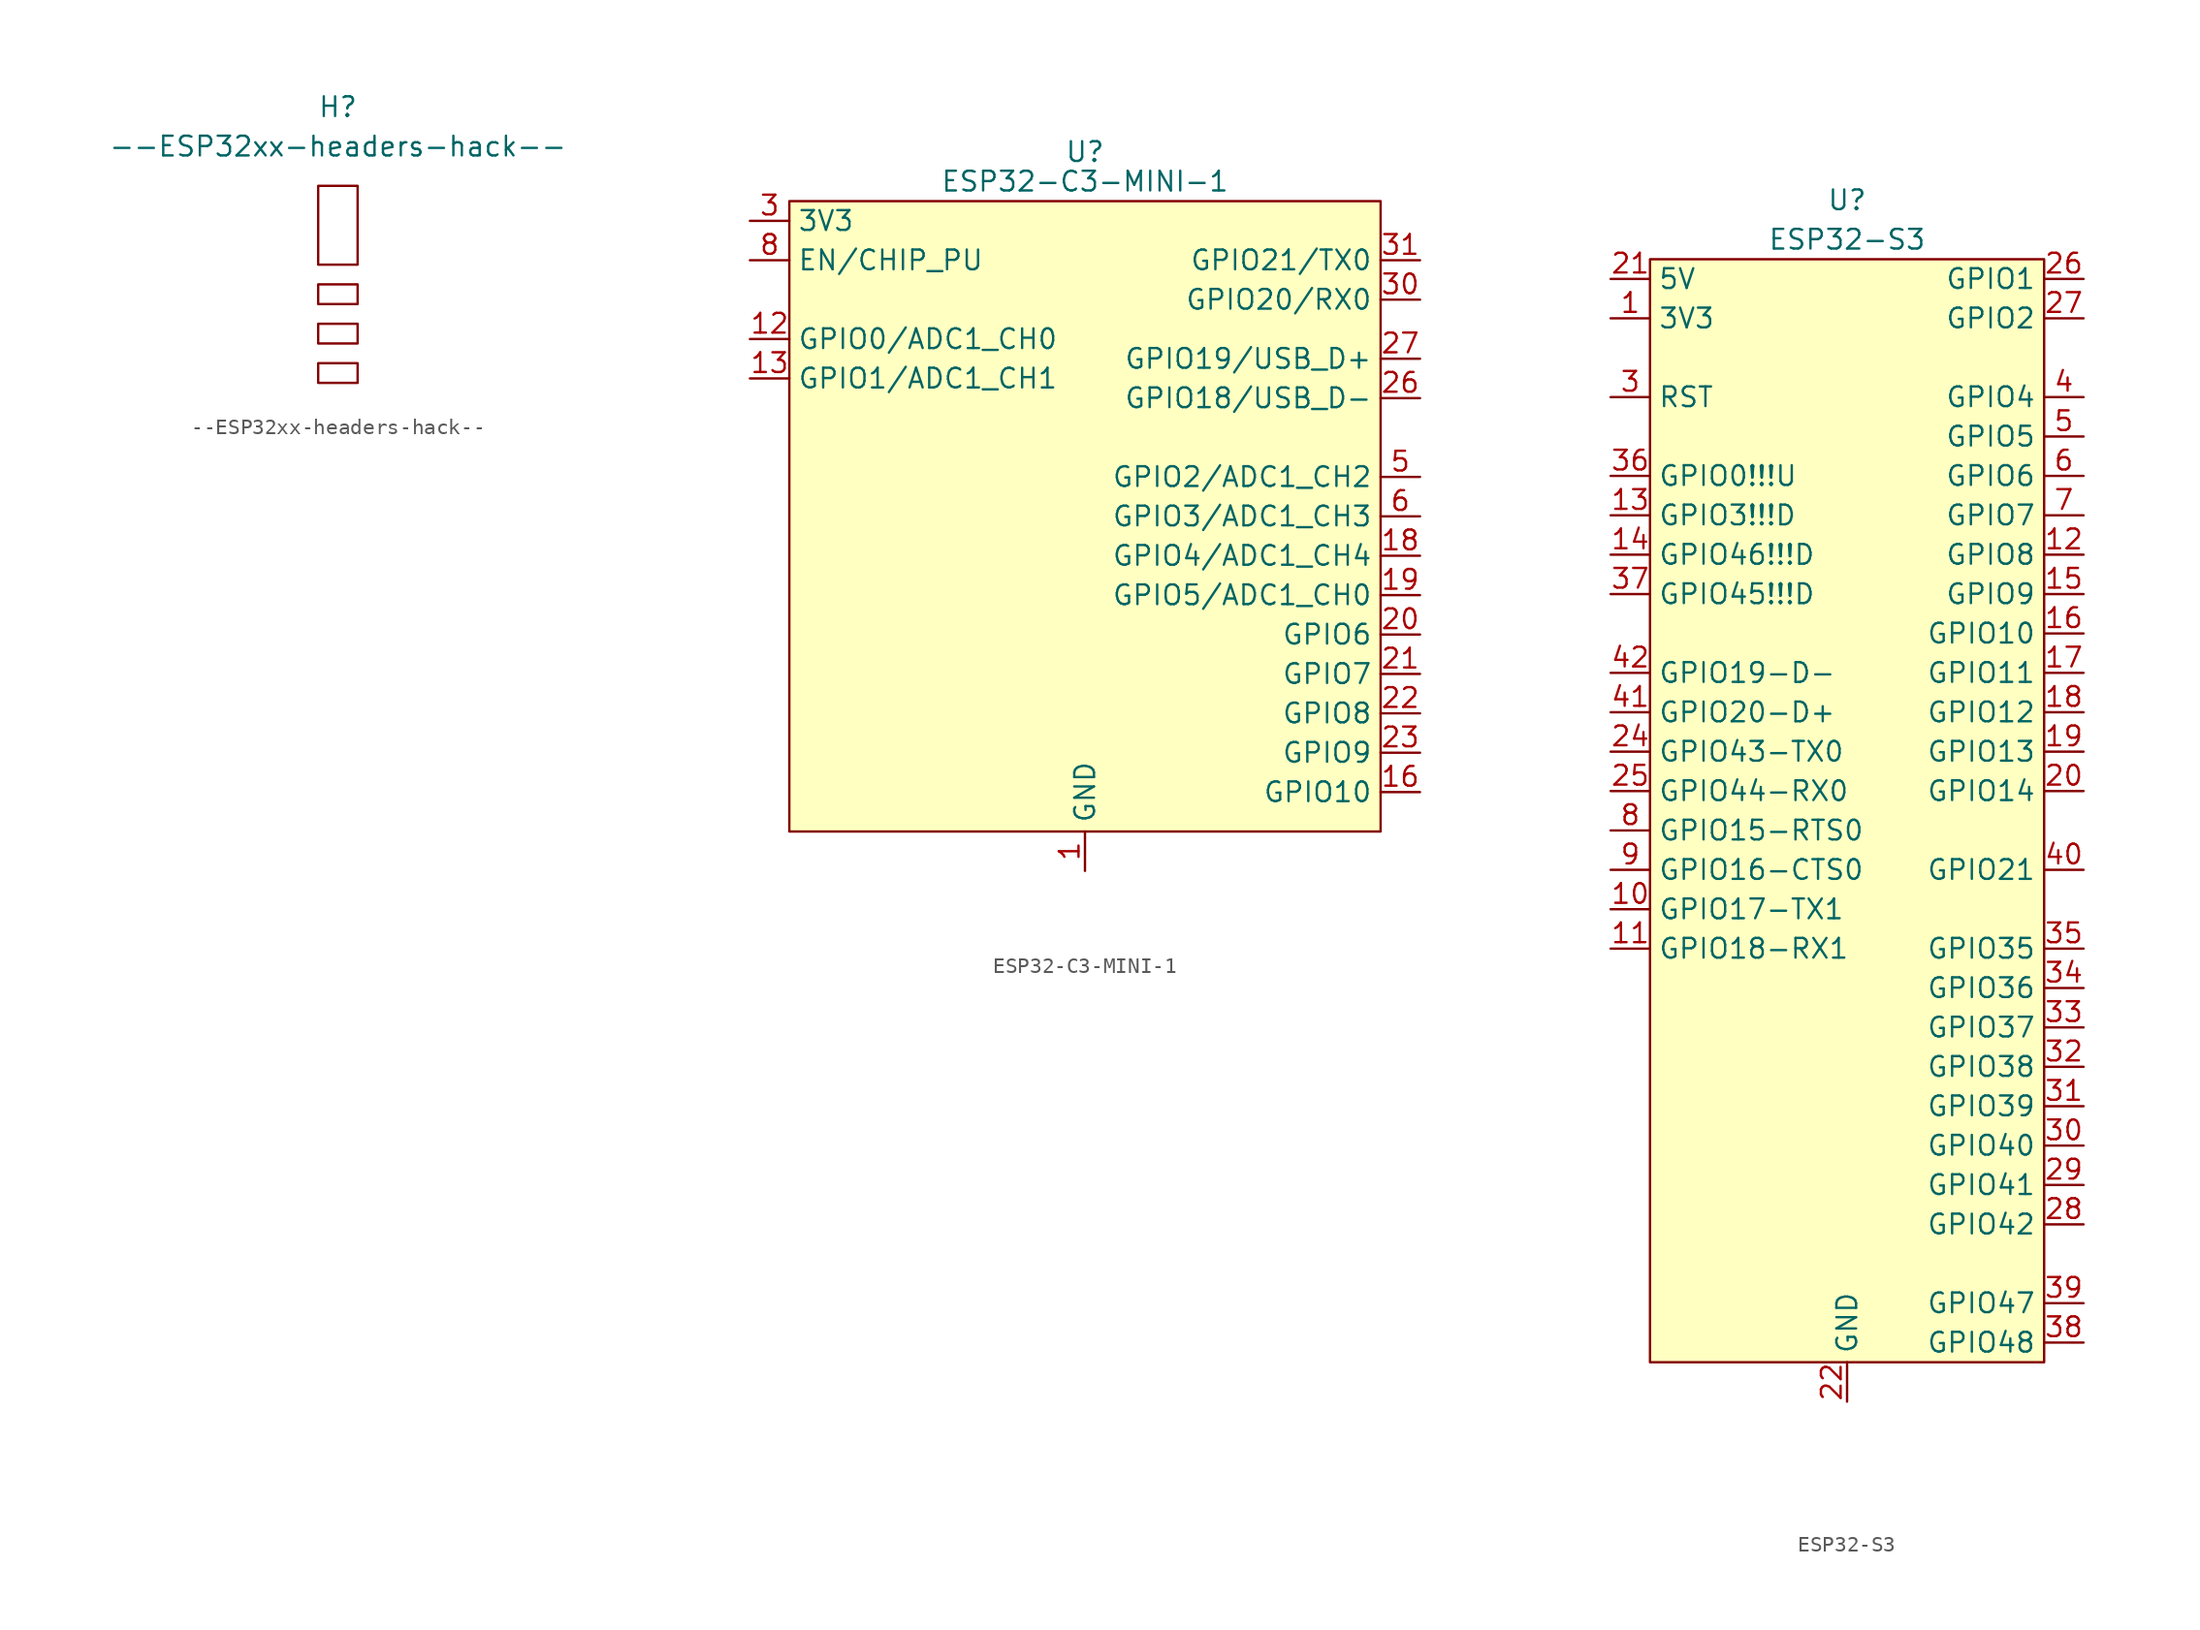
<source format=kicad_sym>
(kicad_symbol_lib
  (version 20211014)
  (generator kicad_symbol_editor)
  (symbol "--ESP32xx-headers-hack--"
    (property "Reference" "H"
      (at 0 6.35 0)
      (effects (font (size 1.27 1.27))))
    (property "Value" "--ESP32xx-headers-hack--"
      (at 0 3.81 0)
      (effects (font (size 1.27 1.27))))
    (symbol "--ESP32xx-headers-hack--_0_1"
      (rectangle (start -1.27 -10.16) (end 1.27 -11.43) (stroke (width 0) (type default) (color 0 0 0 0)) (fill (type none)))
      (rectangle (start -1.27 -7.62) (end 1.27 -8.89) (stroke (width 0) (type default) (color 0 0 0 0)) (fill (type none)))
      (rectangle (start -1.27 -5.08) (end 1.27 -6.35) (stroke (width 0) (type default) (color 0 0 0 0)) (fill (type none)))
      (rectangle (start -1.27 1.27) (end 1.27 -3.81) (stroke (width 0) (type default) (color 0 0 0 0)) (fill (type none)))))
  (symbol "ESP32-C3-MINI-1"
    (property "Reference" "U"
      (at 0 4.445 0)
      (effects (font (size 1.27 1.27))))
    (property "Value" "ESP32-C3-MINI-1"
      (at 0 2.54 0)
      (effects (font (size 1.27 1.27))))
    (symbol "ESP32-C3-MINI-1_0_1"
      (rectangle (start -19.05 1.27) (end 19.05 -39.37) (stroke (width 0) (type default) (color 0 0 0 0)) (fill (type background))))
    (symbol "ESP32-C3-MINI-1_1_1"
      (pin bidirectional line (at 0 -41.91 90) (length 2.54) (name "GND" (effects (font (size 1.27 1.27)))) (number "1" (effects (font (size 1.27 1.27)))))
      (pin bidirectional line (at 0 -41.91 90) (length 2.54) hide (name "GND" (effects (font (size 1.27 1.27)))) (number "11" (effects (font (size 1.27 1.27)))))
      (pin bidirectional line (at -21.59 -7.62 0) (length 2.54) (name "GPIO0/ADC1_CH0" (effects (font (size 1.27 1.27)))) (number "12" (effects (font (size 1.27 1.27)))))
      (pin bidirectional line (at -21.59 -10.16 0) (length 2.54) (name "GPIO1/ADC1_CH1" (effects (font (size 1.27 1.27)))) (number "13" (effects (font (size 1.27 1.27)))))
      (pin bidirectional line (at 0 -41.91 90) (length 2.54) hide (name "GND" (effects (font (size 1.27 1.27)))) (number "14" (effects (font (size 1.27 1.27)))))
      (pin bidirectional line (at 21.59 -36.83 180) (length 2.54) (name "GPIO10" (effects (font (size 1.27 1.27)))) (number "16" (effects (font (size 1.27 1.27)))))
      (pin bidirectional line (at 21.59 -21.59 180) (length 2.54) (name "GPIO4/ADC1_CH4" (effects (font (size 1.27 1.27)))) (number "18" (effects (font (size 1.27 1.27)))))
      (pin bidirectional line (at 21.59 -24.13 180) (length 2.54) (name "GPIO5/ADC1_CH0" (effects (font (size 1.27 1.27)))) (number "19" (effects (font (size 1.27 1.27)))))
      (pin bidirectional line (at 0 -41.91 90) (length 2.54) hide (name "GND" (effects (font (size 1.27 1.27)))) (number "2" (effects (font (size 1.27 1.27)))))
      (pin bidirectional line (at 21.59 -26.67 180) (length 2.54) (name "GPIO6" (effects (font (size 1.27 1.27)))) (number "20" (effects (font (size 1.27 1.27)))))
      (pin bidirectional line (at 21.59 -29.21 180) (length 2.54) (name "GPIO7" (effects (font (size 1.27 1.27)))) (number "21" (effects (font (size 1.27 1.27)))))
      (pin bidirectional line (at 21.59 -31.75 180) (length 2.54) (name "GPIO8" (effects (font (size 1.27 1.27)))) (number "22" (effects (font (size 1.27 1.27)))))
      (pin bidirectional line (at 21.59 -34.29 180) (length 2.54) (name "GPIO9" (effects (font (size 1.27 1.27)))) (number "23" (effects (font (size 1.27 1.27)))))
      (pin bidirectional line (at 21.59 -11.43 180) (length 2.54) (name "GPIO18/USB_D-" (effects (font (size 1.27 1.27)))) (number "26" (effects (font (size 1.27 1.27)))))
      (pin bidirectional line (at 21.59 -8.89 180) (length 2.54) (name "GPIO19/USB_D+" (effects (font (size 1.27 1.27)))) (number "27" (effects (font (size 1.27 1.27)))))
      (pin power_in line (at -21.59 0 0) (length 2.54) (name "3V3" (effects (font (size 1.27 1.27)))) (number "3" (effects (font (size 1.27 1.27)))))
      (pin bidirectional line (at 21.59 -5.08 180) (length 2.54) (name "GPIO20/RX0" (effects (font (size 1.27 1.27)))) (number "30" (effects (font (size 1.27 1.27)))))
      (pin bidirectional line (at 21.59 -2.54 180) (length 2.54) (name "GPIO21/TX0" (effects (font (size 1.27 1.27)))) (number "31" (effects (font (size 1.27 1.27)))))
      (pin bidirectional line (at 0 -41.91 90) (length 2.54) hide (name "GND" (effects (font (size 1.27 1.27)))) (number "36" (effects (font (size 1.27 1.27)))))
      (pin bidirectional line (at 0 -41.91 90) (length 2.54) hide (name "GND" (effects (font (size 1.27 1.27)))) (number "37" (effects (font (size 1.27 1.27)))))
      (pin bidirectional line (at 0 -41.91 90) (length 2.54) hide (name "GND" (effects (font (size 1.27 1.27)))) (number "38" (effects (font (size 1.27 1.27)))))
      (pin bidirectional line (at 0 -41.91 90) (length 2.54) hide (name "GND" (effects (font (size 1.27 1.27)))) (number "39" (effects (font (size 1.27 1.27)))))
      (pin bidirectional line (at 0 -41.91 90) (length 2.54) hide (name "GND" (effects (font (size 1.27 1.27)))) (number "40" (effects (font (size 1.27 1.27)))))
      (pin bidirectional line (at 0 -41.91 90) (length 2.54) hide (name "GND" (effects (font (size 1.27 1.27)))) (number "41" (effects (font (size 1.27 1.27)))))
      (pin bidirectional line (at 0 -41.91 90) (length 2.54) hide (name "GND" (effects (font (size 1.27 1.27)))) (number "42" (effects (font (size 1.27 1.27)))))
      (pin bidirectional line (at 0 -41.91 90) (length 2.54) hide (name "GND" (effects (font (size 1.27 1.27)))) (number "43" (effects (font (size 1.27 1.27)))))
      (pin bidirectional line (at 0 -41.91 90) (length 2.54) hide (name "GND" (effects (font (size 1.27 1.27)))) (number "44" (effects (font (size 1.27 1.27)))))
      (pin bidirectional line (at 0 -41.91 90) (length 2.54) hide (name "GND" (effects (font (size 1.27 1.27)))) (number "45" (effects (font (size 1.27 1.27)))))
      (pin bidirectional line (at 0 -41.91 90) (length 2.54) hide (name "GND" (effects (font (size 1.27 1.27)))) (number "46" (effects (font (size 1.27 1.27)))))
      (pin bidirectional line (at 0 -41.91 90) (length 2.54) hide (name "GND" (effects (font (size 1.27 1.27)))) (number "47" (effects (font (size 1.27 1.27)))))
      (pin bidirectional line (at 0 -41.91 90) (length 2.54) hide (name "GND" (effects (font (size 1.27 1.27)))) (number "48" (effects (font (size 1.27 1.27)))))
      (pin bidirectional line (at 0 -41.91 90) (length 2.54) hide (name "GND" (effects (font (size 1.27 1.27)))) (number "49" (effects (font (size 1.27 1.27)))))
      (pin bidirectional line (at 21.59 -16.51 180) (length 2.54) (name "GPIO2/ADC1_CH2" (effects (font (size 1.27 1.27)))) (number "5" (effects (font (size 1.27 1.27)))))
      (pin power_in line (at 0 -41.91 90) (length 2.54) hide (name "GND" (effects (font (size 1.27 1.27)))) (number "50" (effects (font (size 1.27 1.27)))))
      (pin power_in line (at 0 -41.91 90) (length 2.54) hide (name "GND" (effects (font (size 1.27 1.27)))) (number "51" (effects (font (size 1.27 1.27)))))
      (pin power_in line (at 0 -41.91 90) (length 2.54) hide (name "GND" (effects (font (size 1.27 1.27)))) (number "52" (effects (font (size 1.27 1.27)))))
      (pin power_in line (at 0 -41.91 90) (length 2.54) hide (name "GND" (effects (font (size 1.27 1.27)))) (number "53" (effects (font (size 1.27 1.27)))))
      (pin bidirectional line (at 21.59 -19.05 180) (length 2.54) (name "GPIO3/ADC1_CH3" (effects (font (size 1.27 1.27)))) (number "6" (effects (font (size 1.27 1.27)))))
      (pin input line (at -21.59 -2.54 0) (length 2.54) (name "EN/CHIP_PU" (effects (font (size 1.27 1.27)))) (number "8" (effects (font (size 1.27 1.27)))))))
  (symbol "ESP32-S3"
    (property "Reference" "U"
      (at 0 5.08 0)
      (effects (font (size 1.27 1.27))))
    (property "Value" "ESP32-S3"
      (at 0 2.54 0)
      (effects (font (size 1.27 1.27))))
    (symbol "ESP32-S3_0_1"
      (rectangle (start -12.7 1.27) (end 12.7 -69.85) (stroke (width 0) (type default) (color 0 0 0 0)) (fill (type background))))
    (symbol "ESP32-S3_1_1"
      (pin power_in line (at -15.24 -2.54 0) (length 2.54) (name "3V3" (effects (font (size 1.27 1.27)))) (number "1" (effects (font (size 1.27 1.27)))))
      (pin bidirectional line (at -15.24 -40.64 0) (length 2.54) (name "GPIO17-TX1" (effects (font (size 1.27 1.27)))) (number "10" (effects (font (size 1.27 1.27)))))
      (pin bidirectional line (at -15.24 -43.18 0) (length 2.54) (name "GPIO18-RX1" (effects (font (size 1.27 1.27)))) (number "11" (effects (font (size 1.27 1.27)))))
      (pin bidirectional line (at 15.24 -17.78 180) (length 2.54) (name "GPIO8" (effects (font (size 1.27 1.27)))) (number "12" (effects (font (size 1.27 1.27)))))
      (pin bidirectional line (at -15.24 -15.24 0) (length 2.54) (name "GPIO3!!!D" (effects (font (size 1.27 1.27)))) (number "13" (effects (font (size 1.27 1.27)))))
      (pin bidirectional line (at -15.24 -17.78 0) (length 2.54) (name "GPIO46!!!D" (effects (font (size 1.27 1.27)))) (number "14" (effects (font (size 1.27 1.27)))))
      (pin bidirectional line (at 15.24 -20.32 180) (length 2.54) (name "GPIO9" (effects (font (size 1.27 1.27)))) (number "15" (effects (font (size 1.27 1.27)))))
      (pin bidirectional line (at 15.24 -22.86 180) (length 2.54) (name "GPIO10" (effects (font (size 1.27 1.27)))) (number "16" (effects (font (size 1.27 1.27)))))
      (pin bidirectional line (at 15.24 -25.4 180) (length 2.54) (name "GPIO11" (effects (font (size 1.27 1.27)))) (number "17" (effects (font (size 1.27 1.27)))))
      (pin bidirectional line (at 15.24 -27.94 180) (length 2.54) (name "GPIO12" (effects (font (size 1.27 1.27)))) (number "18" (effects (font (size 1.27 1.27)))))
      (pin bidirectional line (at 15.24 -30.48 180) (length 2.54) (name "GPIO13" (effects (font (size 1.27 1.27)))) (number "19" (effects (font (size 1.27 1.27)))))
      (pin input line (at -15.24 -2.54 0) (length 2.54) hide (name "3V3" (effects (font (size 1.27 1.27)))) (number "2" (effects (font (size 1.27 1.27)))))
      (pin bidirectional line (at 15.24 -33.02 180) (length 2.54) (name "GPIO14" (effects (font (size 1.27 1.27)))) (number "20" (effects (font (size 1.27 1.27)))))
      (pin power_in line (at -15.24 0 0) (length 2.54) (name "5V" (effects (font (size 1.27 1.27)))) (number "21" (effects (font (size 1.27 1.27)))))
      (pin bidirectional line (at 0 -72.39 90) (length 2.54) (name "GND" (effects (font (size 1.27 1.27)))) (number "22" (effects (font (size 1.27 1.27)))))
      (pin input line (at 0 -72.39 90) (length 2.54) hide (name "GND" (effects (font (size 1.27 1.27)))) (number "23" (effects (font (size 1.27 1.27)))))
      (pin bidirectional line (at -15.24 -30.48 0) (length 2.54) (name "GPIO43-TX0" (effects (font (size 1.27 1.27)))) (number "24" (effects (font (size 1.27 1.27)))))
      (pin bidirectional line (at -15.24 -33.02 0) (length 2.54) (name "GPIO44-RX0" (effects (font (size 1.27 1.27)))) (number "25" (effects (font (size 1.27 1.27)))))
      (pin bidirectional line (at 15.24 0 180) (length 2.54) (name "GPIO1" (effects (font (size 1.27 1.27)))) (number "26" (effects (font (size 1.27 1.27)))))
      (pin bidirectional line (at 15.24 -2.54 180) (length 2.54) (name "GPIO2" (effects (font (size 1.27 1.27)))) (number "27" (effects (font (size 1.27 1.27)))))
      (pin bidirectional line (at 15.24 -60.96 180) (length 2.54) (name "GPIO42" (effects (font (size 1.27 1.27)))) (number "28" (effects (font (size 1.27 1.27)))))
      (pin bidirectional line (at 15.24 -58.42 180) (length 2.54) (name "GPIO41" (effects (font (size 1.27 1.27)))) (number "29" (effects (font (size 1.27 1.27)))))
      (pin input line (at -15.24 -7.62 0) (length 2.54) (name "RST" (effects (font (size 1.27 1.27)))) (number "3" (effects (font (size 1.27 1.27)))))
      (pin bidirectional line (at 15.24 -55.88 180) (length 2.54) (name "GPIO40" (effects (font (size 1.27 1.27)))) (number "30" (effects (font (size 1.27 1.27)))))
      (pin bidirectional line (at 15.24 -53.34 180) (length 2.54) (name "GPIO39" (effects (font (size 1.27 1.27)))) (number "31" (effects (font (size 1.27 1.27)))))
      (pin bidirectional line (at 15.24 -50.8 180) (length 2.54) (name "GPIO38" (effects (font (size 1.27 1.27)))) (number "32" (effects (font (size 1.27 1.27)))))
      (pin bidirectional line (at 15.24 -48.26 180) (length 2.54) (name "GPIO37" (effects (font (size 1.27 1.27)))) (number "33" (effects (font (size 1.27 1.27)))))
      (pin bidirectional line (at 15.24 -45.72 180) (length 2.54) (name "GPIO36" (effects (font (size 1.27 1.27)))) (number "34" (effects (font (size 1.27 1.27)))))
      (pin bidirectional line (at 15.24 -43.18 180) (length 2.54) (name "GPIO35" (effects (font (size 1.27 1.27)))) (number "35" (effects (font (size 1.27 1.27)))))
      (pin bidirectional line (at -15.24 -12.7 0) (length 2.54) (name "GPIO0!!!U" (effects (font (size 1.27 1.27)))) (number "36" (effects (font (size 1.27 1.27)))))
      (pin bidirectional line (at -15.24 -20.32 0) (length 2.54) (name "GPIO45!!!D" (effects (font (size 1.27 1.27)))) (number "37" (effects (font (size 1.27 1.27)))))
      (pin bidirectional line (at 15.24 -68.58 180) (length 2.54) (name "GPIO48" (effects (font (size 1.27 1.27)))) (number "38" (effects (font (size 1.27 1.27)))))
      (pin bidirectional line (at 15.24 -66.04 180) (length 2.54) (name "GPIO47" (effects (font (size 1.27 1.27)))) (number "39" (effects (font (size 1.27 1.27)))))
      (pin bidirectional line (at 15.24 -7.62 180) (length 2.54) (name "GPIO4" (effects (font (size 1.27 1.27)))) (number "4" (effects (font (size 1.27 1.27)))))
      (pin bidirectional line (at 15.24 -38.1 180) (length 2.54) (name "GPIO21" (effects (font (size 1.27 1.27)))) (number "40" (effects (font (size 1.27 1.27)))))
      (pin bidirectional line (at -15.24 -27.94 0) (length 2.54) (name "GPIO20-D+" (effects (font (size 1.27 1.27)))) (number "41" (effects (font (size 1.27 1.27)))))
      (pin bidirectional line (at -15.24 -25.4 0) (length 2.54) (name "GPIO19-D-" (effects (font (size 1.27 1.27)))) (number "42" (effects (font (size 1.27 1.27)))))
      (pin input line (at 0 -72.39 90) (length 2.54) hide (name "GND" (effects (font (size 1.27 1.27)))) (number "43" (effects (font (size 1.27 1.27)))))
      (pin input line (at 0 -72.39 90) (length 2.54) hide (name "GND" (effects (font (size 1.27 1.27)))) (number "44" (effects (font (size 1.27 1.27)))))
      (pin bidirectional line (at 15.24 -10.16 180) (length 2.54) (name "GPIO5" (effects (font (size 1.27 1.27)))) (number "5" (effects (font (size 1.27 1.27)))))
      (pin bidirectional line (at 15.24 -12.7 180) (length 2.54) (name "GPIO6" (effects (font (size 1.27 1.27)))) (number "6" (effects (font (size 1.27 1.27)))))
      (pin bidirectional line (at 15.24 -15.24 180) (length 2.54) (name "GPIO7" (effects (font (size 1.27 1.27)))) (number "7" (effects (font (size 1.27 1.27)))))
      (pin bidirectional line (at -15.24 -35.56 0) (length 2.54) (name "GPIO15-RTS0" (effects (font (size 1.27 1.27)))) (number "8" (effects (font (size 1.27 1.27)))))
      (pin bidirectional line (at -15.24 -38.1 0) (length 2.54) (name "GPIO16-CTS0" (effects (font (size 1.27 1.27)))) (number "9" (effects (font (size 1.27 1.27))))))))
</source>
